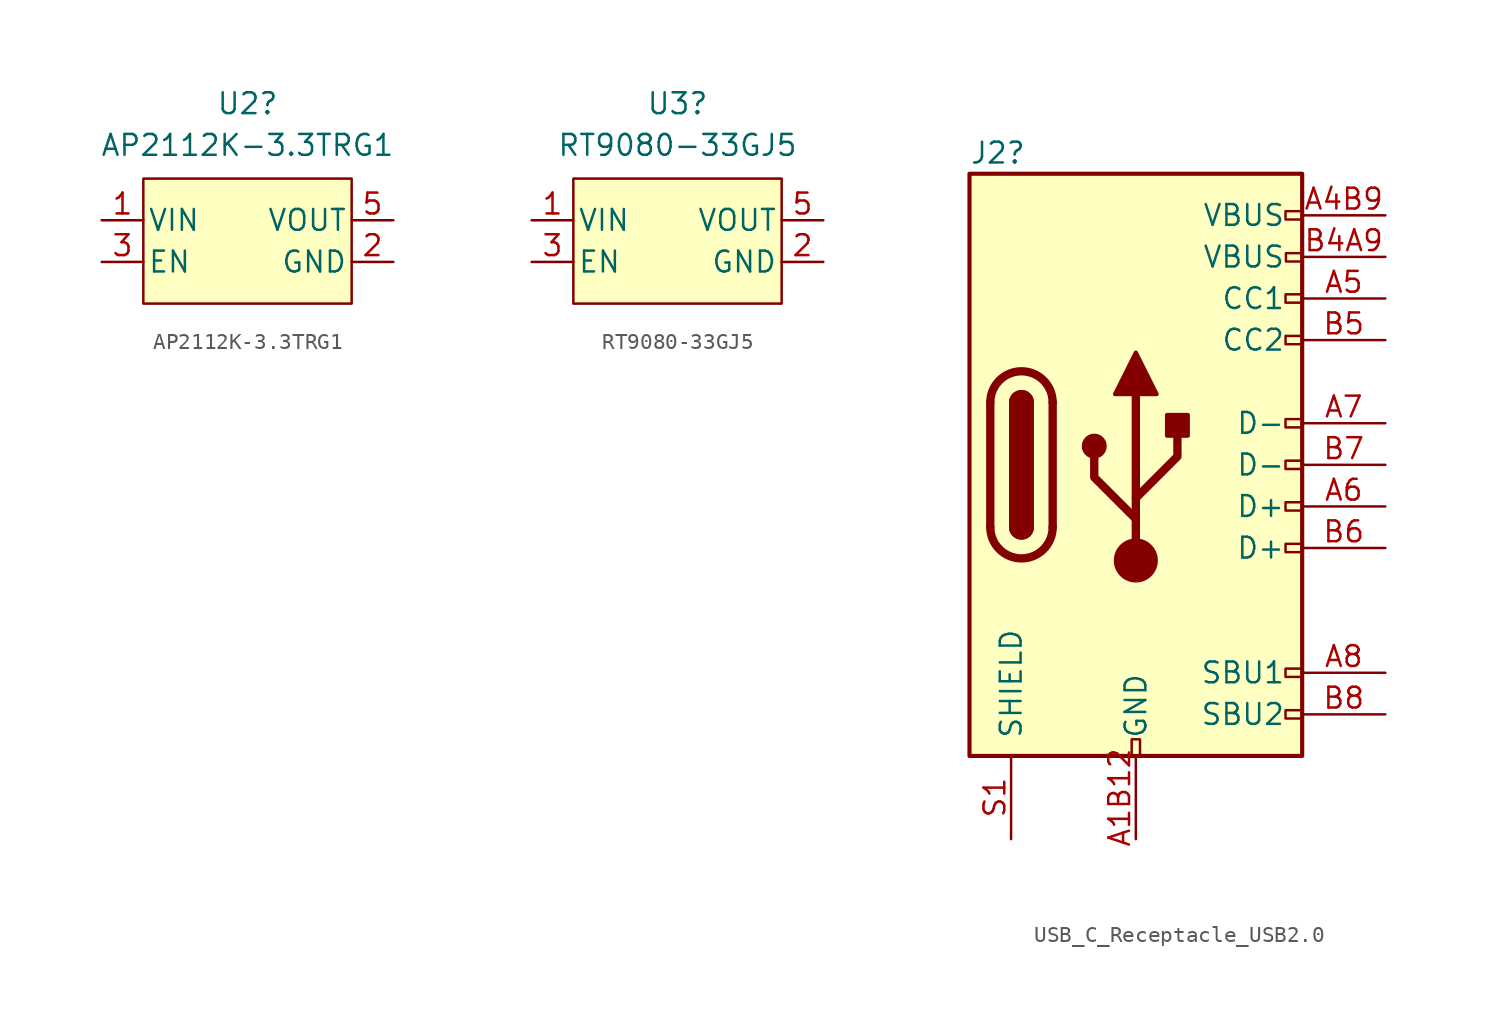
<source format=kicad_sym>
(kicad_symbol_lib
  (version 20231120)
  (generator "kicad_symbol_editor")
  (generator_version "8.0")
  (symbol "AP2112K-3.3TRG1"
    (pin_names
      (offset 0.254))
    (property "Reference" "U2"
      (at 0 8.382 0)
      (effects (font (size 1.27 1.27))))
    (property "Value" "AP2112K-3.3TRG1"
      (at 0 5.842 0)
      (effects (font (size 1.27 1.27))))
    (property "ki_locked" ""
      (at 0 0 0)
      (effects (font (size 1.27 1.27))))
    (symbol "AP2112K-3.3TRG1_1_1"
      (rectangle (start -6.35 3.81) (end 6.35 -3.81) (stroke (width 0.152) (type default)) (fill (type background)))
      (pin power_in line (at -8.89 1.27 0) (length 2.54) (name "VIN" (effects (font (size 1.27 1.27)))) (number "1" (effects (font (size 1.27 1.27)))))
      (pin power_in line (at 8.89 -1.27 180) (length 2.54) (name "GND" (effects (font (size 1.27 1.27)))) (number "2" (effects (font (size 1.27 1.27)))))
      (pin input line (at -8.89 -1.27 0) (length 2.54) (name "EN" (effects (font (size 1.27 1.27)))) (number "3" (effects (font (size 1.27 1.27)))))
      (pin no_connect line (at 0 6.35 270) (length 2.54) hide (name "NC" (effects (font (size 1.27 1.27)))) (number "4" (effects (font (size 1.27 1.27)))))
      (pin output line (at 8.89 1.27 180) (length 2.54) (name "VOUT" (effects (font (size 1.27 1.27)))) (number "5" (effects (font (size 1.27 1.27)))))))
  (symbol "RT9080-33GJ5"
    (pin_names
      (offset 0.254))
    (property "Reference" "U3"
      (at 0 8.382 0)
      (effects (font (size 1.27 1.27))))
    (property "Value" "RT9080-33GJ5"
      (at 0 5.842 0)
      (effects (font (size 1.27 1.27))))
    (property "ki_locked" ""
      (at 0 0 0)
      (effects (font (size 1.27 1.27))))
    (symbol "RT9080-33GJ5_1_1"
      (rectangle (start -6.35 3.81) (end 6.35 -3.81) (stroke (width 0.152) (type default)) (fill (type background)))
      (pin power_in line (at -8.89 1.27 0) (length 2.54) (name "VIN" (effects (font (size 1.27 1.27)))) (number "1" (effects (font (size 1.27 1.27)))))
      (pin power_in line (at 8.89 -1.27 180) (length 2.54) (name "GND" (effects (font (size 1.27 1.27)))) (number "2" (effects (font (size 1.27 1.27)))))
      (pin input line (at -8.89 -1.27 0) (length 2.54) (name "EN" (effects (font (size 1.27 1.27)))) (number "3" (effects (font (size 1.27 1.27)))))
      (pin no_connect line (at 0 6.35 270) (length 2.54) hide (name "NC" (effects (font (size 1.27 1.27)))) (number "4" (effects (font (size 1.27 1.27)))))
      (pin output line (at 8.89 1.27 180) (length 2.54) (name "VOUT" (effects (font (size 1.27 1.27)))) (number "5" (effects (font (size 1.27 1.27)))))))
  (symbol "USB_C_Receptacle_USB2.0"
    (pin_names
      (offset 1.016))
    (property "Reference" "J2"
      (at -10.16 19.05 0)
      (effects (font (size 1.27 1.27)) (justify left)))
    (symbol "USB_C_Receptacle_USB2.0_0_0"
      (rectangle (start -0.254 -17.78) (end 0.254 -16.764) (stroke (width 0) (type default)) (fill (type none)))
      (rectangle (start 9.144 15.494) (end 10.16 14.986) (stroke (width 0) (type default)) (fill (type none)))
      (rectangle (start 9.169 12.929) (end 10.185 12.421) (stroke (width 0) (type default)) (fill (type none)))
      (rectangle (start 10.16 -14.986) (end 9.144 -15.494) (stroke (width 0) (type default)) (fill (type none)))
      (rectangle (start 10.16 -12.446) (end 9.144 -12.954) (stroke (width 0) (type default)) (fill (type none)))
      (rectangle (start 10.16 -4.826) (end 9.144 -5.334) (stroke (width 0) (type default)) (fill (type none)))
      (rectangle (start 10.16 -2.286) (end 9.144 -2.794) (stroke (width 0) (type default)) (fill (type none)))
      (rectangle (start 10.16 0.254) (end 9.144 -0.254) (stroke (width 0) (type default)) (fill (type none)))
      (rectangle (start 10.16 2.794) (end 9.144 2.286) (stroke (width 0) (type default)) (fill (type none)))
      (rectangle (start 10.16 7.874) (end 9.144 7.366) (stroke (width 0) (type default)) (fill (type none)))
      (rectangle (start 10.16 10.414) (end 9.144 9.906) (stroke (width 0) (type default)) (fill (type none))))
    (symbol "USB_C_Receptacle_USB2.0_0_1"
      (rectangle (start -10.16 17.78) (end 10.16 -17.78) (stroke (width 0.254) (type default)) (fill (type background)))
      (arc (start -8.89 -3.81) (mid -6.985 -5.7067) (end -5.08 -3.81) (stroke (width 0.508) (type default)) (fill (type none)))
      (arc (start -7.62 -3.81) (mid -6.985 -4.4423) (end -6.35 -3.81) (stroke (width 0.254) (type default)) (fill (type none)))
      (arc (start -7.62 -3.81) (mid -6.985 -4.4423) (end -6.35 -3.81) (stroke (width 0.254) (type default)) (fill (type outline)))
      (rectangle (start -7.62 -3.81) (end -6.35 3.81) (stroke (width 0.254) (type default)) (fill (type outline)))
      (arc (start -6.35 3.81) (mid -6.985 4.4423) (end -7.62 3.81) (stroke (width 0.254) (type default)) (fill (type none)))
      (arc (start -6.35 3.81) (mid -6.985 4.4423) (end -7.62 3.81) (stroke (width 0.254) (type default)) (fill (type outline)))
      (arc (start -5.08 3.81) (mid -6.985 5.7067) (end -8.89 3.81) (stroke (width 0.508) (type default)) (fill (type none)))
      (circle (center -2.54 1.143) (radius 0.635) (stroke (width 0.254) (type default)) (fill (type outline)))
      (circle (center 0 -5.842) (radius 1.27) (stroke (width 0) (type default)) (fill (type outline)))
      (polyline (pts (xy -8.89 -3.81) (xy -8.89 3.81)) (stroke (width 0.508) (type default)) (fill (type none)))
      (polyline (pts (xy -5.08 3.81) (xy -5.08 -3.81)) (stroke (width 0.508) (type default)) (fill (type none)))
      (polyline (pts (xy 0 -5.842) (xy 0 4.318)) (stroke (width 0.508) (type default)) (fill (type none)))
      (polyline (pts (xy 0 -3.302) (xy -2.54 -0.762) (xy -2.54 0.508)) (stroke (width 0.508) (type default)) (fill (type none)))
      (polyline (pts (xy 0 -2.032) (xy 2.54 0.508) (xy 2.54 1.778)) (stroke (width 0.508) (type default)) (fill (type none)))
      (polyline (pts (xy -1.27 4.318) (xy 0 6.858) (xy 1.27 4.318) (xy -1.27 4.318)) (stroke (width 0.254) (type default)) (fill (type outline)))
      (rectangle (start 1.905 1.778) (end 3.175 3.048) (stroke (width 0.254) (type default)) (fill (type outline))))
    (symbol "USB_C_Receptacle_USB2.0_1_1"
      (pin passive line (at 0 -22.86 90) (length 5.08) (name "GND" (effects (font (size 1.27 1.27)))) (number "A1B12" (effects (font (size 1.27 1.27)))))
      (pin passive line (at 15.24 15.24 180) (length 5.08) (name "VBUS" (effects (font (size 1.27 1.27)))) (number "A4B9" (effects (font (size 1.27 1.27)))))
      (pin bidirectional line (at 15.24 10.16 180) (length 5.08) (name "CC1" (effects (font (size 1.27 1.27)))) (number "A5" (effects (font (size 1.27 1.27)))))
      (pin bidirectional line (at 15.24 -2.54 180) (length 5.08) (name "D+" (effects (font (size 1.27 1.27)))) (number "A6" (effects (font (size 1.27 1.27)))))
      (pin bidirectional line (at 15.24 2.54 180) (length 5.08) (name "D-" (effects (font (size 1.27 1.27)))) (number "A7" (effects (font (size 1.27 1.27)))))
      (pin bidirectional line (at 15.24 -12.7 180) (length 5.08) (name "SBU1" (effects (font (size 1.27 1.27)))) (number "A8" (effects (font (size 1.27 1.27)))))
      (pin passive line (at 0 -22.86 90) (length 5.08) hide (name "GND" (effects (font (size 1.27 1.27)))) (number "B1A12" (effects (font (size 1.27 1.27)))))
      (pin passive line (at 15.24 12.7 180) (length 5.08) (name "VBUS" (effects (font (size 1.27 1.27)))) (number "B4A9" (effects (font (size 1.27 1.27)))))
      (pin bidirectional line (at 15.24 7.62 180) (length 5.08) (name "CC2" (effects (font (size 1.27 1.27)))) (number "B5" (effects (font (size 1.27 1.27)))))
      (pin bidirectional line (at 15.24 -5.08 180) (length 5.08) (name "D+" (effects (font (size 1.27 1.27)))) (number "B6" (effects (font (size 1.27 1.27)))))
      (pin bidirectional line (at 15.24 0 180) (length 5.08) (name "D-" (effects (font (size 1.27 1.27)))) (number "B7" (effects (font (size 1.27 1.27)))))
      (pin bidirectional line (at 15.24 -15.24 180) (length 5.08) (name "SBU2" (effects (font (size 1.27 1.27)))) (number "B8" (effects (font (size 1.27 1.27)))))
      (pin passive line (at -7.62 -22.86 90) (length 5.08) (name "SHIELD" (effects (font (size 1.27 1.27)))) (number "S1" (effects (font (size 1.27 1.27))))))))
</source>
